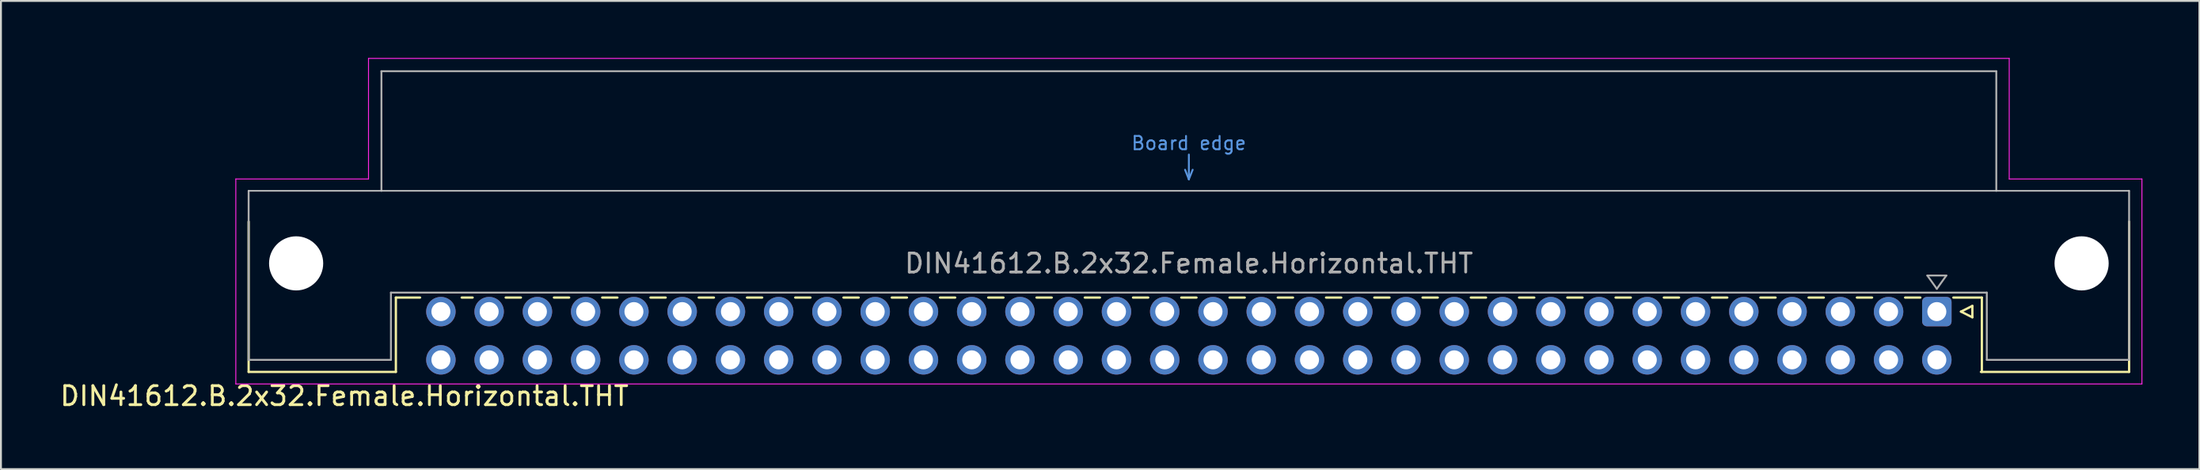
<source format=kicad_pcb>
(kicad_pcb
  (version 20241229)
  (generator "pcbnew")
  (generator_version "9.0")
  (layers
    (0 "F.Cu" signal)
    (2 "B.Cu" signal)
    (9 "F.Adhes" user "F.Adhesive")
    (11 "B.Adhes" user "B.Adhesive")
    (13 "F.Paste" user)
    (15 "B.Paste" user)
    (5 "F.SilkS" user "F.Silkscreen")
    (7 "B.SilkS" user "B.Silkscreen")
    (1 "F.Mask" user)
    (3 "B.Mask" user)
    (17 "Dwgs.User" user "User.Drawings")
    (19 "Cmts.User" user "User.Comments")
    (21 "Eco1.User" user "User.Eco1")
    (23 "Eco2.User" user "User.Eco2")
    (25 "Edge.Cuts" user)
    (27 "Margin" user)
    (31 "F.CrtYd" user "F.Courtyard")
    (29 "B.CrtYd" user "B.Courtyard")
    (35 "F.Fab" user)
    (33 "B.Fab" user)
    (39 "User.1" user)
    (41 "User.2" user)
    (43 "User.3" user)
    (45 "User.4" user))
  (footprint "DIN41612.B.2x32.Female.Horizontal.THT"
    (layer "F.Cu")
    (at 59.527 13.36)
    (property "Reference" "DIN41612.B.2x32.Female.Horizontal.THT" (at -44.45 4.445 0) (layer "F.SilkS") (effects (font (size 1 1) (thickness 0.15))))
    (attr through_hole)
    (fp_line (start -49.49 -4.74) (end -49.49 3.175) (stroke (width 0.12) (type solid)) (layer "F.SilkS"))
    (fp_line (start -49.49 3.175) (end -41.74 3.175) (stroke (width 0.12) (type solid)) (layer "F.SilkS"))
    (fp_line (start -41.741 -0.74) (end -40.465 -0.74) (stroke (width 0.12) (type solid)) (layer "F.SilkS"))
    (fp_line (start -41.74 3.175) (end -41.74 -0.74) (stroke (width 0.12) (type solid)) (layer "F.SilkS"))
    (fp_line (start -38.275 -0.74) (end -37.699 -0.74) (stroke (width 0.12) (type solid)) (layer "F.SilkS"))
    (fp_line (start -35.96 -0.74) (end -35.159 -0.74) (stroke (width 0.12) (type solid)) (layer "F.SilkS"))
    (fp_line (start -33.42 -0.74) (end -32.619 -0.74) (stroke (width 0.12) (type solid)) (layer "F.SilkS"))
    (fp_line (start -30.88 -0.74) (end -30.079 -0.74) (stroke (width 0.12) (type solid)) (layer "F.SilkS"))
    (fp_line (start -28.34 -0.74) (end -27.539 -0.74) (stroke (width 0.12) (type solid)) (layer "F.SilkS"))
    (fp_line (start -25.8 -0.74) (end -24.999 -0.74) (stroke (width 0.12) (type solid)) (layer "F.SilkS"))
    (fp_line (start -23.26 -0.74) (end -22.459 -0.74) (stroke (width 0.12) (type solid)) (layer "F.SilkS"))
    (fp_line (start -20.72 -0.74) (end -19.919 -0.74) (stroke (width 0.12) (type solid)) (layer "F.SilkS"))
    (fp_line (start -18.18 -0.74) (end -17.379 -0.74) (stroke (width 0.12) (type solid)) (layer "F.SilkS"))
    (fp_line (start -15.64 -0.74) (end -14.839 -0.74) (stroke (width 0.12) (type solid)) (layer "F.SilkS"))
    (fp_line (start -13.1 -0.74) (end -12.299 -0.74) (stroke (width 0.12) (type solid)) (layer "F.SilkS"))
    (fp_line (start -10.56 -0.74) (end -9.759 -0.74) (stroke (width 0.12) (type solid)) (layer "F.SilkS"))
    (fp_line (start -8.02 -0.74) (end -7.219 -0.74) (stroke (width 0.12) (type solid)) (layer "F.SilkS"))
    (fp_line (start -5.48 -0.74) (end -4.679 -0.74) (stroke (width 0.12) (type solid)) (layer "F.SilkS"))
    (fp_line (start -2.94 -0.74) (end -2.139 -0.74) (stroke (width 0.12) (type solid)) (layer "F.SilkS"))
    (fp_line (start -0.4 -0.74) (end 0.401 -0.74) (stroke (width 0.12) (type solid)) (layer "F.SilkS"))
    (fp_line (start 2.14 -0.74) (end 2.941 -0.74) (stroke (width 0.12) (type solid)) (layer "F.SilkS"))
    (fp_line (start 4.68 -0.74) (end 5.481 -0.74) (stroke (width 0.12) (type solid)) (layer "F.SilkS"))
    (fp_line (start 7.22 -0.74) (end 8.021 -0.74) (stroke (width 0.12) (type solid)) (layer "F.SilkS"))
    (fp_line (start 9.76 -0.74) (end 10.561 -0.74) (stroke (width 0.12) (type solid)) (layer "F.SilkS"))
    (fp_line (start 12.3 -0.74) (end 13.101 -0.74) (stroke (width 0.12) (type solid)) (layer "F.SilkS"))
    (fp_line (start 14.84 -0.74) (end 15.641 -0.74) (stroke (width 0.12) (type solid)) (layer "F.SilkS"))
    (fp_line (start 17.38 -0.74) (end 18.181 -0.74) (stroke (width 0.12) (type solid)) (layer "F.SilkS"))
    (fp_line (start 19.92 -0.74) (end 20.721 -0.74) (stroke (width 0.12) (type solid)) (layer "F.SilkS"))
    (fp_line (start 22.46 -0.74) (end 23.261 -0.74) (stroke (width 0.12) (type solid)) (layer "F.SilkS"))
    (fp_line (start 25 -0.74) (end 25.801 -0.74) (stroke (width 0.12) (type solid)) (layer "F.SilkS"))
    (fp_line (start 27.54 -0.74) (end 28.341 -0.74) (stroke (width 0.12) (type solid)) (layer "F.SilkS"))
    (fp_line (start 30.08 -0.74) (end 30.881 -0.74) (stroke (width 0.12) (type solid)) (layer "F.SilkS"))
    (fp_line (start 32.62 -0.74) (end 33.421 -0.74) (stroke (width 0.12) (type solid)) (layer "F.SilkS"))
    (fp_line (start 35.16 -0.74) (end 35.961 -0.74) (stroke (width 0.12) (type solid)) (layer "F.SilkS"))
    (fp_line (start 37.7 -0.74) (end 38.501 -0.74) (stroke (width 0.12) (type solid)) (layer "F.SilkS"))
    (fp_line (start 40.24 -0.74) (end 41.74 -0.74) (stroke (width 0.12) (type solid)) (layer "F.SilkS"))
    (fp_line (start 40.64 0) (end 41.24 0.3) (stroke (width 0.12) (type solid)) (layer "F.SilkS"))
    (fp_line (start 41.24 -0.3) (end 40.64 0) (stroke (width 0.12) (type solid)) (layer "F.SilkS"))
    (fp_line (start 41.24 0.3) (end 41.24 -0.3) (stroke (width 0.12) (type solid)) (layer "F.SilkS"))
    (fp_line (start 41.74 3.175) (end 41.74 -0.74) (stroke (width 0.12) (type solid)) (layer "F.SilkS"))
    (fp_line (start 49.49 -4.74) (end 49.49 3.175) (stroke (width 0.12) (type solid)) (layer "F.SilkS"))
    (fp_line (start 49.49 3.175) (end 41.69 3.175) (stroke (width 0.12) (type solid)) (layer "F.SilkS"))
    (fp_line (start -49.49 -6.36) (end 49.49 -6.36) (stroke (width 0.08) (type solid)) (layer "Dwgs.User"))
    (fp_line (start -0.2 -7.47) (end 0 -6.97) (stroke (width 0.1) (type solid)) (layer "Cmts.User"))
    (fp_line (start 0 -6.97) (end 0 -8.27) (stroke (width 0.1) (type solid)) (layer "Cmts.User"))
    (fp_line (start 0 -6.97) (end 0.2 -7.47) (stroke (width 0.1) (type solid)) (layer "Cmts.User"))
    (fp_line (start -50.165 -6.985) (end -50.165 3.81) (stroke (width 0.05) (type default)) (layer "F.CrtYd"))
    (fp_line (start -50.165 3.81) (end 50.165 3.81) (stroke (width 0.05) (type default)) (layer "F.CrtYd"))
    (fp_line (start -43.18 -13.335) (end -43.18 -6.985) (stroke (width 0.05) (type default)) (layer "F.CrtYd"))
    (fp_line (start -43.18 -6.985) (end -50.165 -6.985) (stroke (width 0.05) (type default)) (layer "F.CrtYd"))
    (fp_line (start 43.18 -13.335) (end -43.18 -13.335) (stroke (width 0.05) (type default)) (layer "F.CrtYd"))
    (fp_line (start 43.18 -6.985) (end 43.18 -13.335) (stroke (width 0.05) (type default)) (layer "F.CrtYd"))
    (fp_line (start 50.165 -6.985) (end 43.18 -6.985) (stroke (width 0.05) (type default)) (layer "F.CrtYd"))
    (fp_line (start 50.165 3.81) (end 50.165 -6.985) (stroke (width 0.05) (type default)) (layer "F.CrtYd"))
    (fp_line (start -49.49 -6.36) (end -49.49 2.54) (stroke (width 0.1) (type solid)) (layer "F.Fab"))
    (fp_line (start -49.49 2.54) (end -42 2.54) (stroke (width 0.1) (type solid)) (layer "F.Fab"))
    (fp_line (start -42.5 -12.66) (end -42.5 -6.36) (stroke (width 0.1) (type solid)) (layer "F.Fab"))
    (fp_line (start -42 -1) (end 42 -1) (stroke (width 0.1) (type solid)) (layer "F.Fab"))
    (fp_line (start -42 2.54) (end -42 -1) (stroke (width 0.1) (type solid)) (layer "F.Fab"))
    (fp_line (start 38.87 -1.9) (end 39.87 -1.9) (stroke (width 0.1) (type solid)) (layer "F.Fab"))
    (fp_line (start 39.37 -1.2) (end 38.87 -1.9) (stroke (width 0.1) (type solid)) (layer "F.Fab"))
    (fp_line (start 39.87 -1.9) (end 39.37 -1.2) (stroke (width 0.1) (type solid)) (layer "F.Fab"))
    (fp_line (start 42 -1) (end 42 2.54) (stroke (width 0.1) (type solid)) (layer "F.Fab"))
    (fp_line (start 42 2.54) (end 49.49 2.54) (stroke (width 0.1) (type solid)) (layer "F.Fab"))
    (fp_line (start 42.5 -12.66) (end -42.5 -12.66) (stroke (width 0.1) (type solid)) (layer "F.Fab"))
    (fp_line (start 42.5 -6.36) (end 42.5 -12.66) (stroke (width 0.1) (type solid)) (layer "F.Fab"))
    (fp_line (start 49.49 2.54) (end 49.49 -6.36) (stroke (width 0.1) (type solid)) (layer "F.Fab"))
    (fp_text user "Board edge" (at 0 -8.87 0) (layer "Cmts.User") (effects (font (size 0.7 0.7) (thickness 0.1))))
    (fp_text user "${REFERENCE}" (at 0 -2.54 0) (layer "F.Fab") (effects (font (size 1 1) (thickness 0.15))))
    (pad "" np_thru_hole circle (at -46.99 -2.54) (size 2.85 2.85) (drill 2.85) (layers "*.Cu" "*.Mask"))
    (pad "" np_thru_hole circle (at 46.99 -2.54) (size 2.85 2.85) (drill 2.85) (layers "*.Cu" "*.Mask"))
    (pad "a1" thru_hole roundrect (at 39.37 0) (size 1.55 1.55) (drill 1) (layers "*.Cu" "*.Mask") (roundrect_rratio 0.161))
    (pad "a2" thru_hole circle (at 36.83 0) (size 1.55 1.55) (drill 1) (layers "*.Cu" "*.Mask"))
    (pad "a3" thru_hole circle (at 34.29 0) (size 1.55 1.55) (drill 1) (layers "*.Cu" "*.Mask"))
    (pad "a4" thru_hole circle (at 31.75 0) (size 1.55 1.55) (drill 1) (layers "*.Cu" "*.Mask"))
    (pad "a5" thru_hole circle (at 29.21 0) (size 1.55 1.55) (drill 1) (layers "*.Cu" "*.Mask"))
    (pad "a6" thru_hole circle (at 26.67 0) (size 1.55 1.55) (drill 1) (layers "*.Cu" "*.Mask"))
    (pad "a7" thru_hole circle (at 24.13 0) (size 1.55 1.55) (drill 1) (layers "*.Cu" "*.Mask"))
    (pad "a8" thru_hole circle (at 21.59 0) (size 1.55 1.55) (drill 1) (layers "*.Cu" "*.Mask"))
    (pad "a9" thru_hole circle (at 19.05 0) (size 1.55 1.55) (drill 1) (layers "*.Cu" "*.Mask"))
    (pad "a10" thru_hole circle (at 16.51 0) (size 1.55 1.55) (drill 1) (layers "*.Cu" "*.Mask"))
    (pad "a11" thru_hole circle (at 13.97 0) (size 1.55 1.55) (drill 1) (layers "*.Cu" "*.Mask"))
    (pad "a12" thru_hole circle (at 11.43 0) (size 1.55 1.55) (drill 1) (layers "*.Cu" "*.Mask"))
    (pad "a13" thru_hole circle (at 8.89 0) (size 1.55 1.55) (drill 1) (layers "*.Cu" "*.Mask"))
    (pad "a14" thru_hole circle (at 6.35 0) (size 1.55 1.55) (drill 1) (layers "*.Cu" "*.Mask"))
    (pad "a15" thru_hole circle (at 3.81 0) (size 1.55 1.55) (drill 1) (layers "*.Cu" "*.Mask"))
    (pad "a16" thru_hole circle (at 1.27 0) (size 1.55 1.55) (drill 1) (layers "*.Cu" "*.Mask"))
    (pad "a17" thru_hole circle (at -1.27 0) (size 1.55 1.55) (drill 1) (layers "*.Cu" "*.Mask"))
    (pad "a18" thru_hole circle (at -3.81 0) (size 1.55 1.55) (drill 1) (layers "*.Cu" "*.Mask"))
    (pad "a19" thru_hole circle (at -6.35 0) (size 1.55 1.55) (drill 1) (layers "*.Cu" "*.Mask"))
    (pad "a20" thru_hole circle (at -8.89 0) (size 1.55 1.55) (drill 1) (layers "*.Cu" "*.Mask"))
    (pad "a21" thru_hole circle (at -11.43 0) (size 1.55 1.55) (drill 1) (layers "*.Cu" "*.Mask"))
    (pad "a22" thru_hole circle (at -13.97 0) (size 1.55 1.55) (drill 1) (layers "*.Cu" "*.Mask"))
    (pad "a23" thru_hole circle (at -16.51 0) (size 1.55 1.55) (drill 1) (layers "*.Cu" "*.Mask"))
    (pad "a24" thru_hole circle (at -19.05 0) (size 1.55 1.55) (drill 1) (layers "*.Cu" "*.Mask"))
    (pad "a25" thru_hole circle (at -21.59 0) (size 1.55 1.55) (drill 1) (layers "*.Cu" "*.Mask"))
    (pad "a26" thru_hole circle (at -24.13 0) (size 1.55 1.55) (drill 1) (layers "*.Cu" "*.Mask"))
    (pad "a27" thru_hole circle (at -26.67 0) (size 1.55 1.55) (drill 1) (layers "*.Cu" "*.Mask"))
    (pad "a28" thru_hole circle (at -29.21 0) (size 1.55 1.55) (drill 1) (layers "*.Cu" "*.Mask"))
    (pad "a29" thru_hole circle (at -31.75 0) (size 1.55 1.55) (drill 1) (layers "*.Cu" "*.Mask"))
    (pad "a30" thru_hole circle (at -34.29 0) (size 1.55 1.55) (drill 1) (layers "*.Cu" "*.Mask"))
    (pad "a31" thru_hole circle (at -36.83 0) (size 1.55 1.55) (drill 1) (layers "*.Cu" "*.Mask"))
    (pad "a32" thru_hole circle (at -39.37 0) (size 1.55 1.55) (drill 1) (layers "*.Cu" "*.Mask"))
    (pad "b1" thru_hole circle (at 39.37 2.54) (size 1.55 1.55) (drill 1) (layers "*.Cu" "*.Mask"))
    (pad "b2" thru_hole circle (at 36.83 2.54) (size 1.55 1.55) (drill 1) (layers "*.Cu" "*.Mask"))
    (pad "b3" thru_hole circle (at 34.29 2.54) (size 1.55 1.55) (drill 1) (layers "*.Cu" "*.Mask"))
    (pad "b4" thru_hole circle (at 31.75 2.54) (size 1.55 1.55) (drill 1) (layers "*.Cu" "*.Mask"))
    (pad "b5" thru_hole circle (at 29.21 2.54) (size 1.55 1.55) (drill 1) (layers "*.Cu" "*.Mask"))
    (pad "b6" thru_hole circle (at 26.67 2.54) (size 1.55 1.55) (drill 1) (layers "*.Cu" "*.Mask"))
    (pad "b7" thru_hole circle (at 24.13 2.54) (size 1.55 1.55) (drill 1) (layers "*.Cu" "*.Mask"))
    (pad "b8" thru_hole circle (at 21.59 2.54) (size 1.55 1.55) (drill 1) (layers "*.Cu" "*.Mask"))
    (pad "b9" thru_hole circle (at 19.05 2.54) (size 1.55 1.55) (drill 1) (layers "*.Cu" "*.Mask"))
    (pad "b10" thru_hole circle (at 16.51 2.54) (size 1.55 1.55) (drill 1) (layers "*.Cu" "*.Mask"))
    (pad "b11" thru_hole circle (at 13.97 2.54) (size 1.55 1.55) (drill 1) (layers "*.Cu" "*.Mask"))
    (pad "b12" thru_hole circle (at 11.43 2.54) (size 1.55 1.55) (drill 1) (layers "*.Cu" "*.Mask"))
    (pad "b13" thru_hole circle (at 8.89 2.54) (size 1.55 1.55) (drill 1) (layers "*.Cu" "*.Mask"))
    (pad "b14" thru_hole circle (at 6.35 2.54) (size 1.55 1.55) (drill 1) (layers "*.Cu" "*.Mask"))
    (pad "b15" thru_hole circle (at 3.81 2.54) (size 1.55 1.55) (drill 1) (layers "*.Cu" "*.Mask"))
    (pad "b16" thru_hole circle (at 1.27 2.54) (size 1.55 1.55) (drill 1) (layers "*.Cu" "*.Mask"))
    (pad "b17" thru_hole circle (at -1.27 2.54) (size 1.55 1.55) (drill 1) (layers "*.Cu" "*.Mask"))
    (pad "b18" thru_hole circle (at -3.81 2.54) (size 1.55 1.55) (drill 1) (layers "*.Cu" "*.Mask"))
    (pad "b19" thru_hole circle (at -6.35 2.54) (size 1.55 1.55) (drill 1) (layers "*.Cu" "*.Mask"))
    (pad "b20" thru_hole circle (at -8.89 2.54) (size 1.55 1.55) (drill 1) (layers "*.Cu" "*.Mask"))
    (pad "b21" thru_hole circle (at -11.43 2.54) (size 1.55 1.55) (drill 1) (layers "*.Cu" "*.Mask"))
    (pad "b22" thru_hole circle (at -13.97 2.54) (size 1.55 1.55) (drill 1) (layers "*.Cu" "*.Mask"))
    (pad "b23" thru_hole circle (at -16.51 2.54) (size 1.55 1.55) (drill 1) (layers "*.Cu" "*.Mask"))
    (pad "b24" thru_hole circle (at -19.05 2.54) (size 1.55 1.55) (drill 1) (layers "*.Cu" "*.Mask"))
    (pad "b25" thru_hole circle (at -21.59 2.54) (size 1.55 1.55) (drill 1) (layers "*.Cu" "*.Mask"))
    (pad "b26" thru_hole circle (at -24.13 2.54) (size 1.55 1.55) (drill 1) (layers "*.Cu" "*.Mask"))
    (pad "b27" thru_hole circle (at -26.67 2.54) (size 1.55 1.55) (drill 1) (layers "*.Cu" "*.Mask"))
    (pad "b28" thru_hole circle (at -29.21 2.54) (size 1.55 1.55) (drill 1) (layers "*.Cu" "*.Mask"))
    (pad "b29" thru_hole circle (at -31.75 2.54) (size 1.55 1.55) (drill 1) (layers "*.Cu" "*.Mask"))
    (pad "b30" thru_hole circle (at -34.29 2.54) (size 1.55 1.55) (drill 1) (layers "*.Cu" "*.Mask"))
    (pad "b31" thru_hole circle (at -36.83 2.54) (size 1.55 1.55) (drill 1) (layers "*.Cu" "*.Mask"))
    (pad "b32" thru_hole circle (at -39.37 2.54) (size 1.55 1.55) (drill 1) (layers "*.Cu" "*.Mask")))
  (gr_rect
    (start -3 -3)
    (end 112.717 21.653)
    (stroke (width 0.1) (type default))
    (fill no)
    (layer "Edge.Cuts")))
</source>
